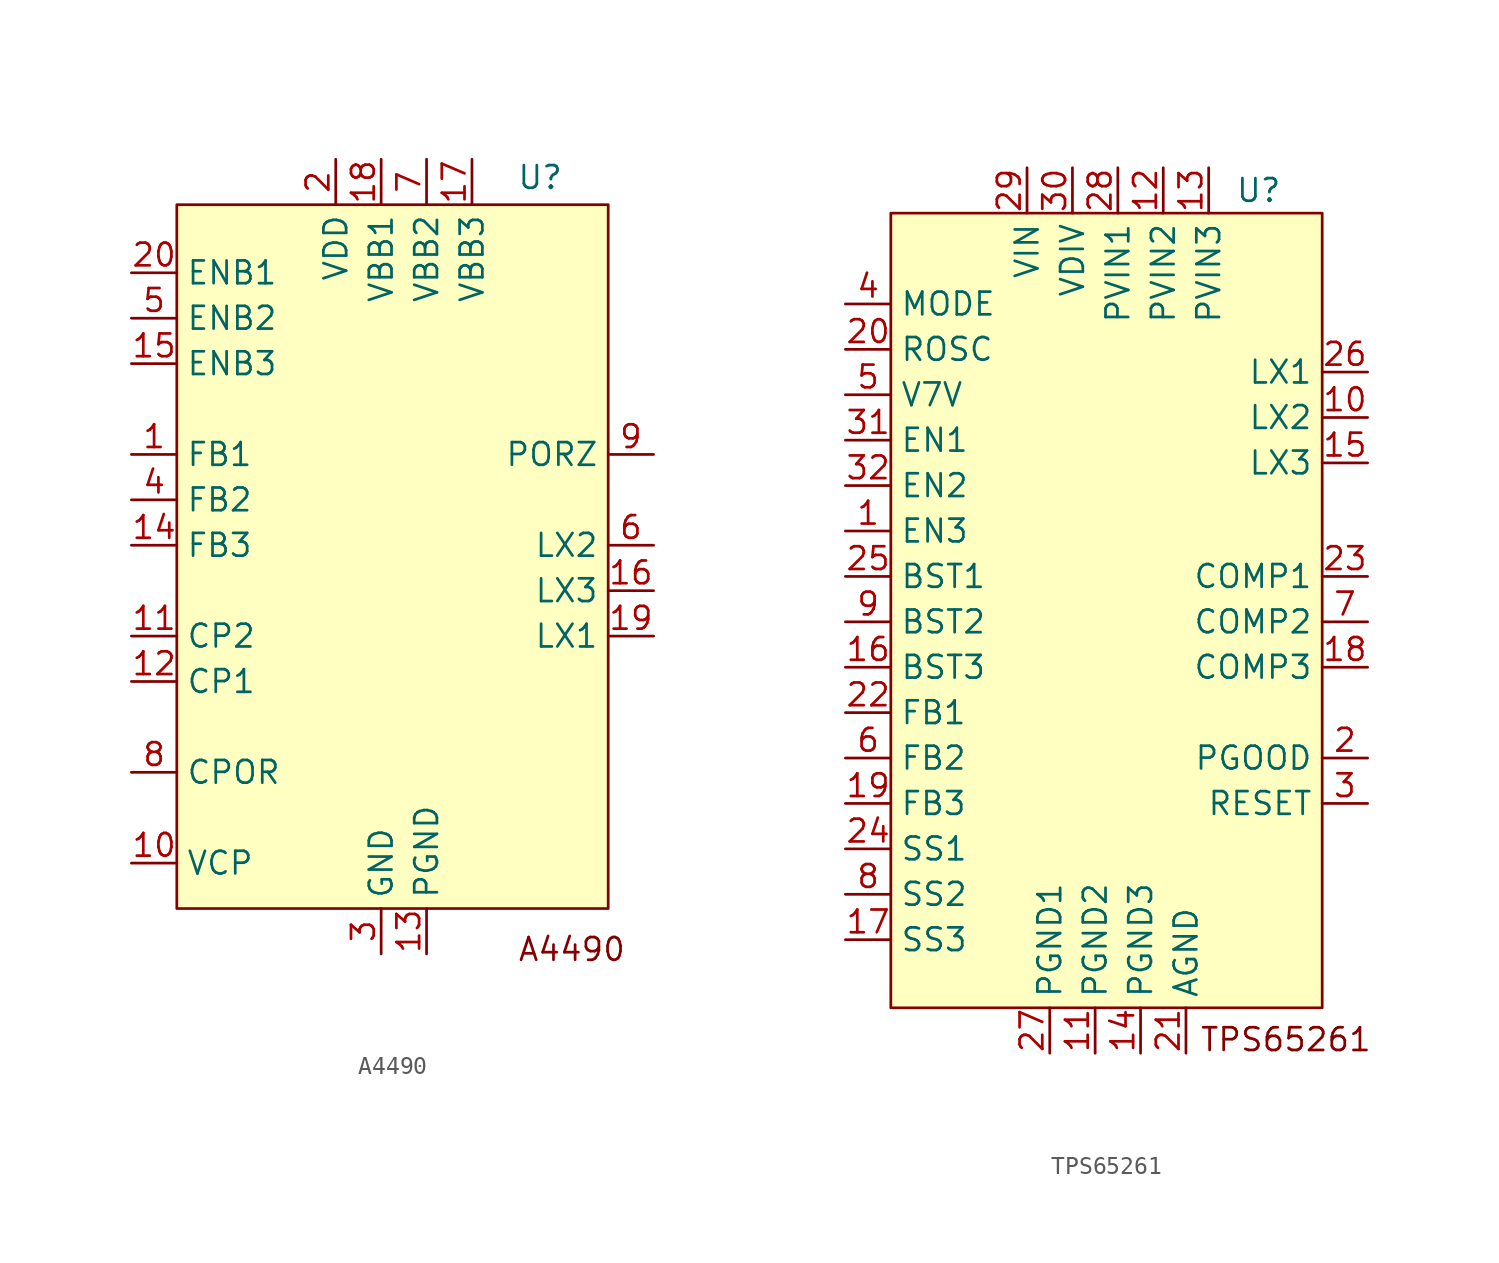
<source format=kicad_sym>
(kicad_symbol_lib
  (version 20231120)
  (generator "kicad_symbol_editor")
  (generator_version "8.0")
  (symbol "A4490"
    (property "Reference" "U"
      (at 7.62 20.574 0)
      (effects (font (size 1.27 1.27))))
    (property "Value" ""
      (at 0 0 0)
      (effects (font (size 1.27 1.27))))
    (symbol "A4490_0_0"
      (pin input line (at -15.24 5.08 0) (length 2.54) (name "FB1" (effects (font (size 1.27 1.27)))) (number "1" (effects (font (size 1.27 1.27)))))
      (pin unspecified line (at -15.24 -17.78 0) (length 2.54) (name "VCP" (effects (font (size 1.27 1.27)))) (number "10" (effects (font (size 1.27 1.27)))))
      (pin unspecified line (at -15.24 -5.08 0) (length 2.54) (name "CP2" (effects (font (size 1.27 1.27)))) (number "11" (effects (font (size 1.27 1.27)))))
      (pin unspecified line (at -15.24 -7.62 0) (length 2.54) (name "CP1" (effects (font (size 1.27 1.27)))) (number "12" (effects (font (size 1.27 1.27)))))
      (pin unspecified line (at 1.27 -22.86 90) (length 2.54) (name "PGND" (effects (font (size 1.27 1.27)))) (number "13" (effects (font (size 1.27 1.27)))))
      (pin unspecified line (at -15.24 0 0) (length 2.54) (name "FB3" (effects (font (size 1.27 1.27)))) (number "14" (effects (font (size 1.27 1.27)))))
      (pin unspecified line (at -15.24 10.16 0) (length 2.54) (name "ENB3" (effects (font (size 1.27 1.27)))) (number "15" (effects (font (size 1.27 1.27)))))
      (pin unspecified line (at 13.97 -2.54 180) (length 2.54) (name "LX3" (effects (font (size 1.27 1.27)))) (number "16" (effects (font (size 1.27 1.27)))))
      (pin unspecified line (at 3.81 21.59 270) (length 2.54) (name "VBB3" (effects (font (size 1.27 1.27)))) (number "17" (effects (font (size 1.27 1.27)))))
      (pin unspecified line (at -1.27 21.59 270) (length 2.54) (name "VBB1" (effects (font (size 1.27 1.27)))) (number "18" (effects (font (size 1.27 1.27)))))
      (pin unspecified line (at 13.97 -5.08 180) (length 2.54) (name "LX1" (effects (font (size 1.27 1.27)))) (number "19" (effects (font (size 1.27 1.27)))))
      (pin power_in line (at -3.81 21.59 270) (length 2.54) (name "VDD" (effects (font (size 1.27 1.27)))) (number "2" (effects (font (size 1.27 1.27)))))
      (pin unspecified line (at -15.24 15.24 0) (length 2.54) (name "ENB1" (effects (font (size 1.27 1.27)))) (number "20" (effects (font (size 1.27 1.27)))))
      (pin power_in line (at -1.27 -22.86 90) (length 2.54) (name "GND" (effects (font (size 1.27 1.27)))) (number "3" (effects (font (size 1.27 1.27)))))
      (pin input line (at -15.24 2.54 0) (length 2.54) (name "FB2" (effects (font (size 1.27 1.27)))) (number "4" (effects (font (size 1.27 1.27)))))
      (pin unspecified line (at -15.24 12.7 0) (length 2.54) (name "ENB2" (effects (font (size 1.27 1.27)))) (number "5" (effects (font (size 1.27 1.27)))))
      (pin unspecified line (at 13.97 0 180) (length 2.54) (name "LX2" (effects (font (size 1.27 1.27)))) (number "6" (effects (font (size 1.27 1.27)))))
      (pin unspecified line (at 1.27 21.59 270) (length 2.54) (name "VBB2" (effects (font (size 1.27 1.27)))) (number "7" (effects (font (size 1.27 1.27)))))
      (pin unspecified line (at -15.24 -12.7 0) (length 2.54) (name "CPOR" (effects (font (size 1.27 1.27)))) (number "8" (effects (font (size 1.27 1.27)))))
      (pin unspecified line (at 13.97 5.08 180) (length 2.54) (name "PORZ" (effects (font (size 1.27 1.27)))) (number "9" (effects (font (size 1.27 1.27))))))
    (symbol "A4490_1_0"
      (pin free line (at 3.81 -22.86 90) (length 2.54) hide (name "PAD" (effects (font (size 1.27 1.27)))) (number "21" (effects (font (size 1.27 1.27))))))
    (symbol "A4490_1_1"
      (rectangle (start -12.7 19.05) (end 11.43 -20.32) (stroke (width 0) (type default)) (fill (type background)))
      (text "A4490" (at 9.398 -22.606 0) (effects (font (size 1.27 1.27))))))
  (symbol "TPS65261"
    (property "Reference" "U"
      (at 7.874 22.86 0)
      (effects (font (size 1.27 1.27))))
    (property "Value" ""
      (at 7.62 21.59 0)
      (effects (font (size 1.27 1.27))))
    (symbol "TPS65261_0_0"
      (pin input line (at -15.24 3.81 0) (length 2.54) (name "EN3" (effects (font (size 1.27 1.27)))) (number "1" (effects (font (size 1.27 1.27)))))
      (pin power_out line (at 13.97 10.16 180) (length 2.54) (name "LX2" (effects (font (size 1.27 1.27)))) (number "10" (effects (font (size 1.27 1.27)))))
      (pin power_in line (at -1.27 -25.4 90) (length 2.54) (name "PGND2" (effects (font (size 1.27 1.27)))) (number "11" (effects (font (size 1.27 1.27)))))
      (pin power_in line (at 2.54 24.13 270) (length 2.54) (name "PVIN2" (effects (font (size 1.27 1.27)))) (number "12" (effects (font (size 1.27 1.27)))))
      (pin power_in line (at 5.08 24.13 270) (length 2.54) (name "PVIN3" (effects (font (size 1.27 1.27)))) (number "13" (effects (font (size 1.27 1.27)))))
      (pin power_in line (at 1.27 -25.4 90) (length 2.54) (name "PGND3" (effects (font (size 1.27 1.27)))) (number "14" (effects (font (size 1.27 1.27)))))
      (pin output line (at 13.97 7.62 180) (length 2.54) (name "LX3" (effects (font (size 1.27 1.27)))) (number "15" (effects (font (size 1.27 1.27)))))
      (pin unspecified line (at -15.24 -3.81 0) (length 2.54) (name "BST3" (effects (font (size 1.27 1.27)))) (number "16" (effects (font (size 1.27 1.27)))))
      (pin input line (at -15.24 -19.05 0) (length 2.54) (name "SS3" (effects (font (size 1.27 1.27)))) (number "17" (effects (font (size 1.27 1.27)))))
      (pin output line (at 13.97 -3.81 180) (length 2.54) (name "COMP3" (effects (font (size 1.27 1.27)))) (number "18" (effects (font (size 1.27 1.27)))))
      (pin input line (at -15.24 -11.43 0) (length 2.54) (name "FB3" (effects (font (size 1.27 1.27)))) (number "19" (effects (font (size 1.27 1.27)))))
      (pin output line (at 13.97 -8.89 180) (length 2.54) (name "PGOOD" (effects (font (size 1.27 1.27)))) (number "2" (effects (font (size 1.27 1.27)))))
      (pin input line (at -15.24 13.97 0) (length 2.54) (name "ROSC" (effects (font (size 1.27 1.27)))) (number "20" (effects (font (size 1.27 1.27)))))
      (pin output line (at 13.97 -11.43 180) (length 2.54) (name "RESET" (effects (font (size 1.27 1.27)))) (number "3" (effects (font (size 1.27 1.27)))))
      (pin input line (at -15.24 16.51 0) (length 2.54) (name "MODE" (effects (font (size 1.27 1.27)))) (number "4" (effects (font (size 1.27 1.27)))))
      (pin input line (at -15.24 11.43 0) (length 2.54) (name "V7V" (effects (font (size 1.27 1.27)))) (number "5" (effects (font (size 1.27 1.27)))))
      (pin input line (at -15.24 -8.89 0) (length 2.54) (name "FB2" (effects (font (size 1.27 1.27)))) (number "6" (effects (font (size 1.27 1.27)))))
      (pin output line (at 13.97 -1.27 180) (length 2.54) (name "COMP2" (effects (font (size 1.27 1.27)))) (number "7" (effects (font (size 1.27 1.27)))))
      (pin input line (at -15.24 -16.51 0) (length 2.54) (name "SS2" (effects (font (size 1.27 1.27)))) (number "8" (effects (font (size 1.27 1.27)))))
      (pin unspecified line (at -15.24 -1.27 0) (length 2.54) (name "BST2" (effects (font (size 1.27 1.27)))) (number "9" (effects (font (size 1.27 1.27))))))
    (symbol "TPS65261_1_0"
      (pin power_in line (at 3.81 -25.4 90) (length 2.54) (name "AGND" (effects (font (size 1.27 1.27)))) (number "21" (effects (font (size 1.27 1.27)))))
      (pin input line (at -15.24 -6.35 0) (length 2.54) (name "FB1" (effects (font (size 1.27 1.27)))) (number "22" (effects (font (size 1.27 1.27)))))
      (pin output line (at 13.97 1.27 180) (length 2.54) (name "COMP1" (effects (font (size 1.27 1.27)))) (number "23" (effects (font (size 1.27 1.27)))))
      (pin input line (at -15.24 -13.97 0) (length 2.54) (name "SS1" (effects (font (size 1.27 1.27)))) (number "24" (effects (font (size 1.27 1.27)))))
      (pin unspecified line (at -15.24 1.27 0) (length 2.54) (name "BST1" (effects (font (size 1.27 1.27)))) (number "25" (effects (font (size 1.27 1.27)))))
      (pin output line (at 13.97 12.7 180) (length 2.54) (name "LX1" (effects (font (size 1.27 1.27)))) (number "26" (effects (font (size 1.27 1.27)))))
      (pin power_in line (at -3.81 -25.4 90) (length 2.54) (name "PGND1" (effects (font (size 1.27 1.27)))) (number "27" (effects (font (size 1.27 1.27)))))
      (pin input line (at 0 24.13 270) (length 2.54) (name "PVIN1" (effects (font (size 1.27 1.27)))) (number "28" (effects (font (size 1.27 1.27)))))
      (pin input line (at -5.08 24.13 270) (length 2.54) (name "VIN" (effects (font (size 1.27 1.27)))) (number "29" (effects (font (size 1.27 1.27)))))
      (pin input line (at -2.54 24.13 270) (length 2.54) (name "VDIV" (effects (font (size 1.27 1.27)))) (number "30" (effects (font (size 1.27 1.27)))))
      (pin input line (at -15.24 8.89 0) (length 2.54) (name "EN1" (effects (font (size 1.27 1.27)))) (number "31" (effects (font (size 1.27 1.27)))))
      (pin input line (at -15.24 6.35 0) (length 2.54) (name "EN2" (effects (font (size 1.27 1.27)))) (number "32" (effects (font (size 1.27 1.27)))))
      (pin free non_logic (at 13.97 -16.51 180) (length 2.54) hide (name "PAD" (effects (font (size 1.27 1.27)))) (number "33" (effects (font (size 1.27 1.27))))))
    (symbol "TPS65261_1_1"
      (rectangle (start -12.7 21.59) (end 11.43 -22.86) (stroke (width 0) (type default)) (fill (type background)))
      (text "TPS65261" (at 9.398 -24.638 0) (effects (font (size 1.27 1.27)))))))
</source>
